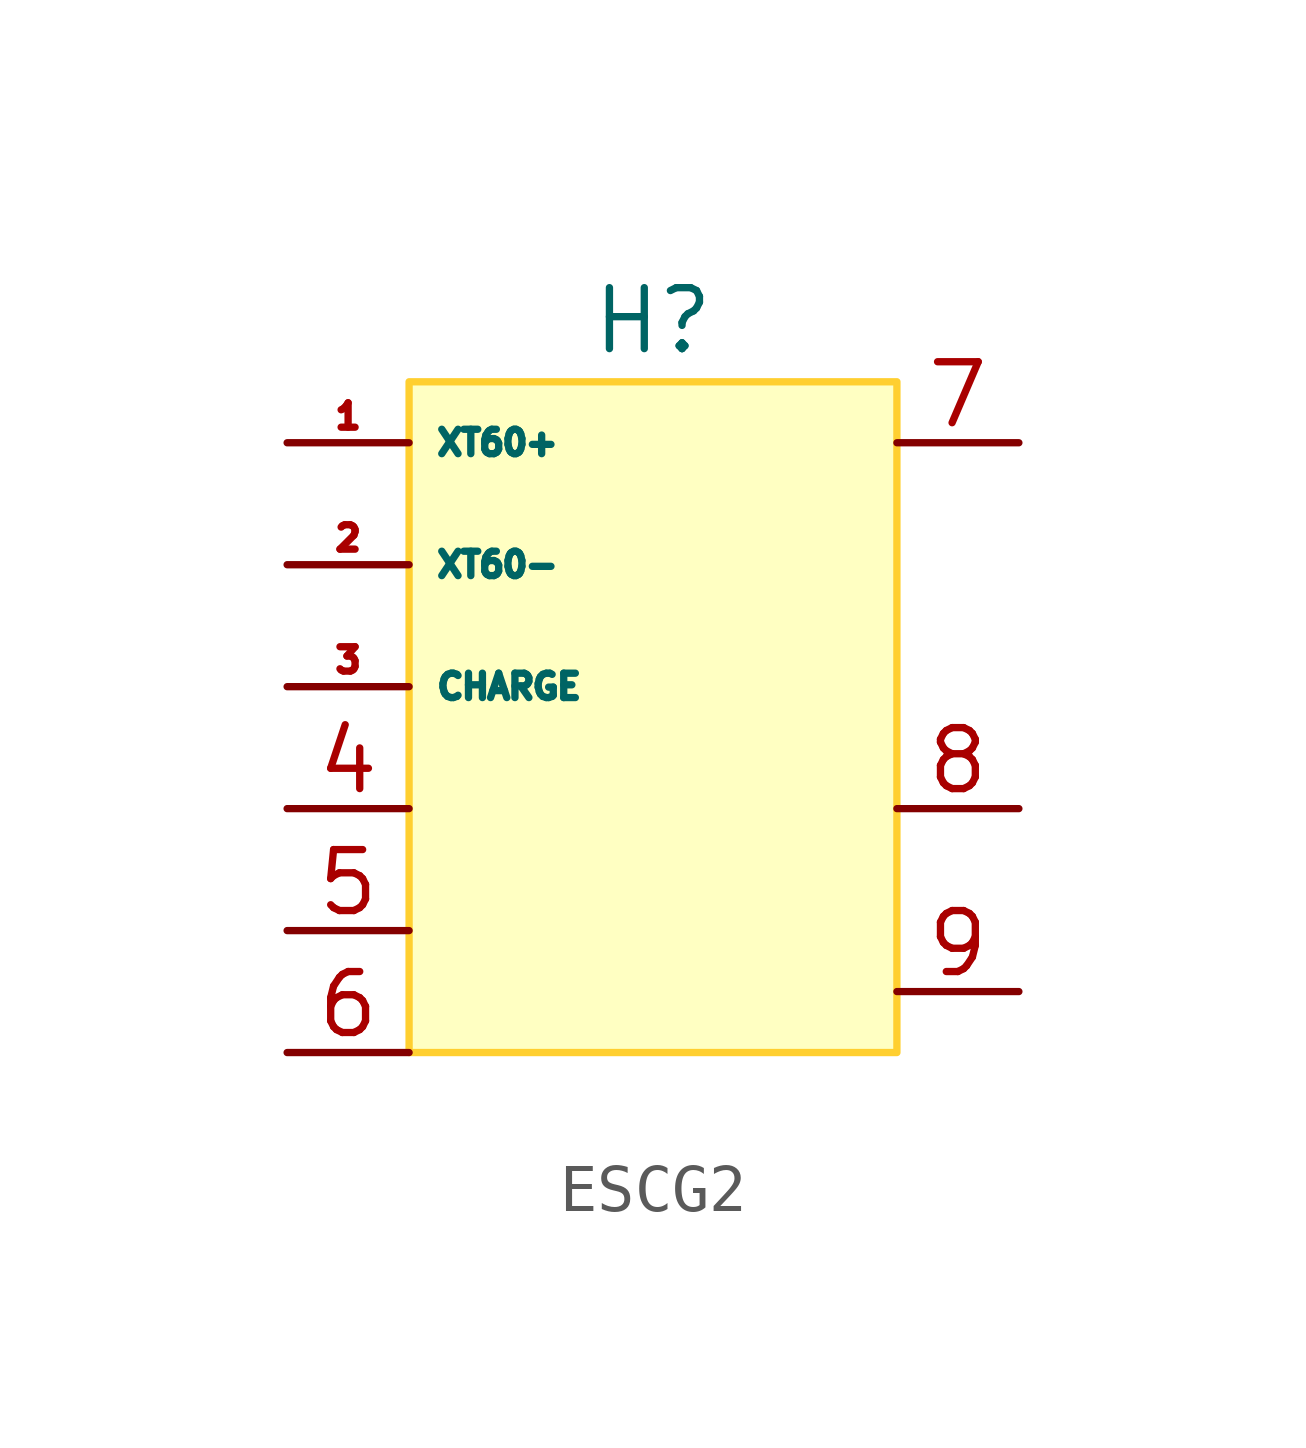
<source format=kicad_sym>
(kicad_symbol_lib
  (version 20231120)
  (generator "kicad_symbol_editor")
  (generator_version "8.0")
  (symbol "ESCG2"
    (property "Reference" "H"
      (at 0 0 0)
      (effects (font (size 1.27 1.27))))
    (property "Value" ""
      (at 0 0 0)
      (effects (font (size 1.27 1.27))))
    (symbol "ESCG2_1_0"
      (pin input line (at -7.62 -10.16 0) (length 2.54) (name "" (effects (font (size 1.27 1.27)))) (number "4" (effects (font (size 1.27 1.27)))))
      (pin input line (at -7.62 -12.7 0) (length 2.54) (name "" (effects (font (size 1.27 1.27)))) (number "5" (effects (font (size 1.27 1.27)))))
      (pin input line (at -7.62 -15.24 0) (length 2.54) (name "" (effects (font (size 1.27 1.27)))) (number "6" (effects (font (size 1.27 1.27)))))
      (pin input line (at 7.62 -2.54 180) (length 2.54) (name "" (effects (font (size 1.27 1.27)))) (number "7" (effects (font (size 1.27 1.27)))))
      (pin input line (at 7.62 -10.16 180) (length 2.54) (name "" (effects (font (size 1.27 1.27)))) (number "8" (effects (font (size 1.27 1.27)))))
      (pin input line (at 7.62 -13.97 180) (length 2.54) (name "" (effects (font (size 1.27 1.27)))) (number "9" (effects (font (size 1.27 1.27))))))
    (symbol "ESCG2_1_1"
      (rectangle (start -5.08 -1.27) (end 5.08 -15.24) (stroke (width 0) (type default) (color 255 207 48 1)) (fill (type background)))
      (pin input line (at -7.62 -2.54 0) (length 2.54) (name "XT60+" (effects (font (size 0.508 0.508)))) (number "1" (effects (font (size 0.508 0.508)))))
      (pin input line (at -7.62 -5.08 0) (length 2.54) (name "XT60-" (effects (font (size 0.508 0.508)))) (number "2" (effects (font (size 0.508 0.508)))))
      (pin input line (at -7.62 -7.62 0) (length 2.54) (name "CHARGE" (effects (font (size 0.508 0.508)))) (number "3" (effects (font (size 0.508 0.508))))))))
</source>
